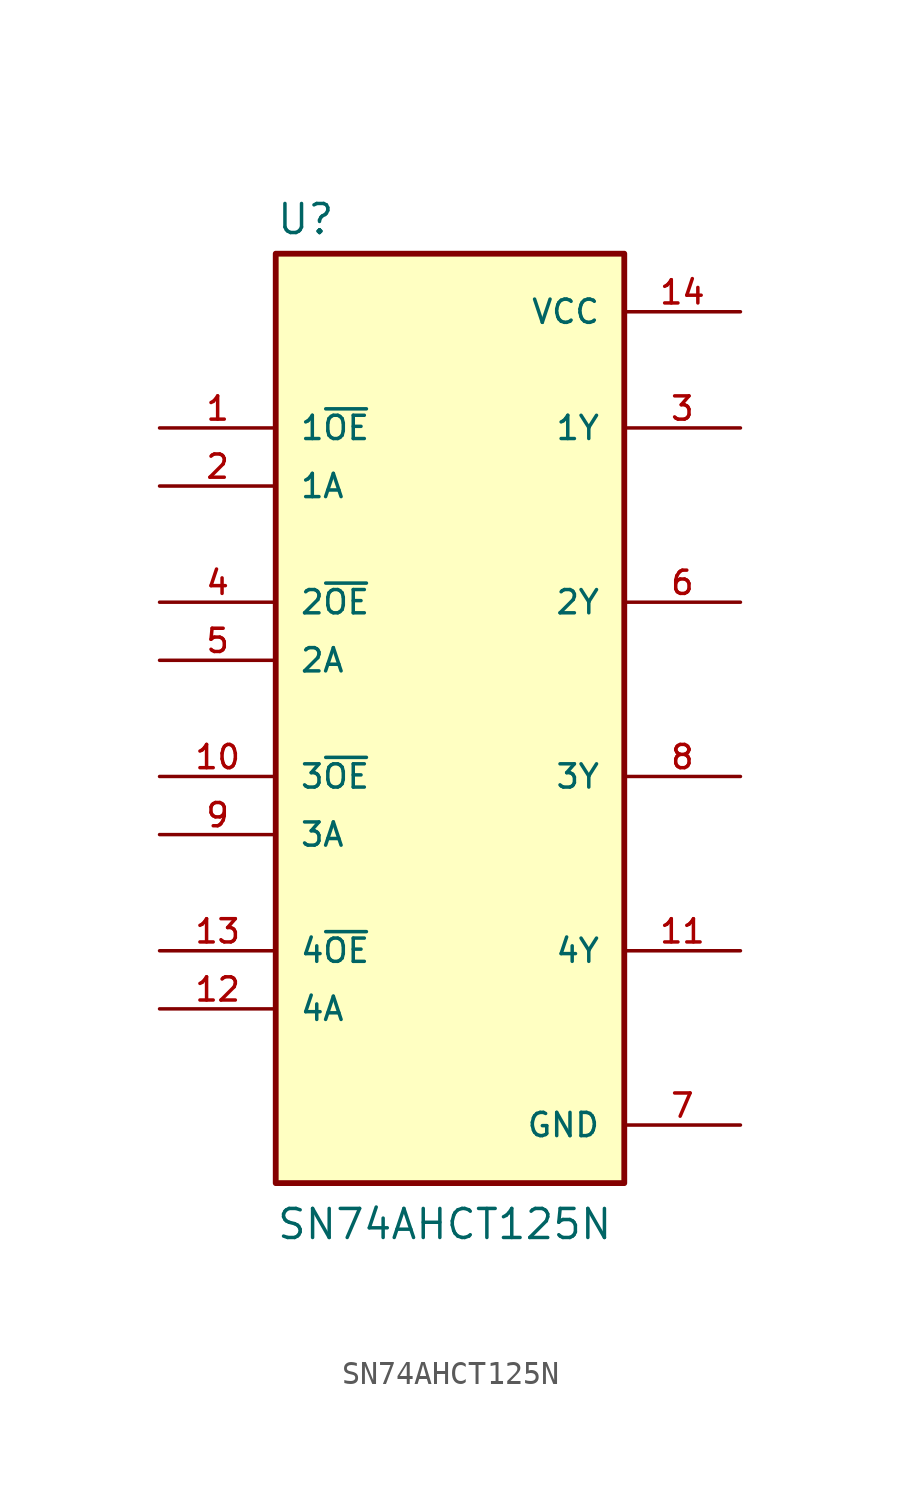
<source format=kicad_sym>
(kicad_symbol_lib
  (version 20211014)
  (generator kicad_symbol_editor)
  (symbol "SN74AHCT125N"
    (pin_names
      (offset 1.016))
    (property "Reference" "U"
      (at -7.62 21.082 0)
      (effects (font (size 1.27 1.27)) (justify bottom left)))
    (property "Value" "SN74AHCT125N"
      (at -7.62 -22.86 0)
      (effects (font (size 1.27 1.27)) (justify bottom left)))
    (symbol "SN74AHCT125N_0_0"
      (rectangle (start -7.62 -20.32) (end 7.62 20.32) (stroke (width 0.254)) (fill (type background)))
      (pin input line (at -12.7 12.7 0) (length 5.08) (name "1~{OE}" (effects (font (size 1.016 1.016)))) (number "1" (effects (font (size 1.016 1.016)))))
      (pin input line (at -12.7 10.16 0) (length 5.08) (name "1A" (effects (font (size 1.016 1.016)))) (number "2" (effects (font (size 1.016 1.016)))))
      (pin output line (at 12.7 12.7 180.0) (length 5.08) (name "1Y" (effects (font (size 1.016 1.016)))) (number "3" (effects (font (size 1.016 1.016)))))
      (pin input line (at -12.7 5.08 0) (length 5.08) (name "2~{OE}" (effects (font (size 1.016 1.016)))) (number "4" (effects (font (size 1.016 1.016)))))
      (pin input line (at -12.7 2.54 0) (length 5.08) (name "2A" (effects (font (size 1.016 1.016)))) (number "5" (effects (font (size 1.016 1.016)))))
      (pin output line (at 12.7 5.08 180.0) (length 5.08) (name "2Y" (effects (font (size 1.016 1.016)))) (number "6" (effects (font (size 1.016 1.016)))))
      (pin power_in line (at 12.7 -17.78 180.0) (length 5.08) (name "GND" (effects (font (size 1.016 1.016)))) (number "7" (effects (font (size 1.016 1.016)))))
      (pin output line (at 12.7 -2.54 180.0) (length 5.08) (name "3Y" (effects (font (size 1.016 1.016)))) (number "8" (effects (font (size 1.016 1.016)))))
      (pin input line (at -12.7 -5.08 0) (length 5.08) (name "3A" (effects (font (size 1.016 1.016)))) (number "9" (effects (font (size 1.016 1.016)))))
      (pin input line (at -12.7 -2.54 0) (length 5.08) (name "3~{OE}" (effects (font (size 1.016 1.016)))) (number "10" (effects (font (size 1.016 1.016)))))
      (pin output line (at 12.7 -10.16 180.0) (length 5.08) (name "4Y" (effects (font (size 1.016 1.016)))) (number "11" (effects (font (size 1.016 1.016)))))
      (pin input line (at -12.7 -12.7 0) (length 5.08) (name "4A" (effects (font (size 1.016 1.016)))) (number "12" (effects (font (size 1.016 1.016)))))
      (pin input line (at -12.7 -10.16 0) (length 5.08) (name "4~{OE}" (effects (font (size 1.016 1.016)))) (number "13" (effects (font (size 1.016 1.016)))))
      (pin power_in line (at 12.7 17.78 180.0) (length 5.08) (name "VCC" (effects (font (size 1.016 1.016)))) (number "14" (effects (font (size 1.016 1.016))))))))
</source>
